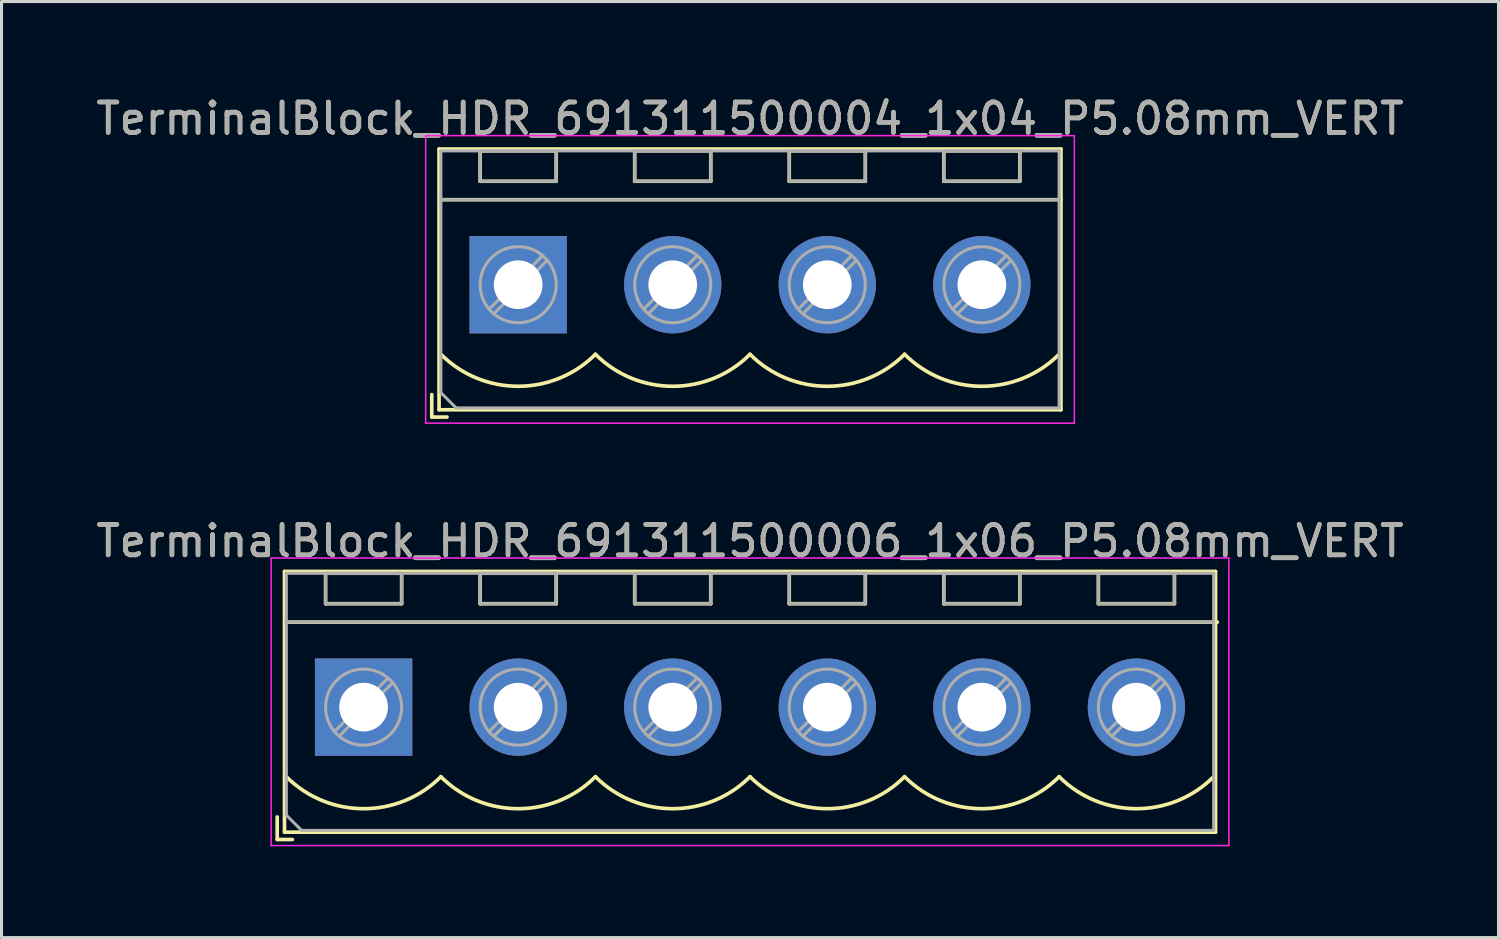
<source format=kicad_pcb>
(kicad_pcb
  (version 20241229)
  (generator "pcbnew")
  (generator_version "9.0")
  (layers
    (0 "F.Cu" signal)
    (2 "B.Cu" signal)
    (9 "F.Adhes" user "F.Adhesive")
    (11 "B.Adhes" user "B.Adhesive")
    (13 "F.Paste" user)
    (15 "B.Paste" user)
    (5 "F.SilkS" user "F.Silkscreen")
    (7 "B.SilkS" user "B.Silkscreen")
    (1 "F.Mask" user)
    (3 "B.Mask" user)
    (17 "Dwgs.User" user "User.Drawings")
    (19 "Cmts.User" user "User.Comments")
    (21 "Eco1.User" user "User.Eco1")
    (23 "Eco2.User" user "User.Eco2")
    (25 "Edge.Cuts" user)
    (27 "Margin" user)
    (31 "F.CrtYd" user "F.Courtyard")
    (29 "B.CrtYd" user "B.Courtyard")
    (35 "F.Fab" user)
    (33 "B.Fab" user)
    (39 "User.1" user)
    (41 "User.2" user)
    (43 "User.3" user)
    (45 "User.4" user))
  (footprint "TerminalBlock_HDR_691311500004_1x04_P5.08mm_VERT"
    (layer "F.Cu")
    (at 21.601 6.308)
    (property "Reference" "TerminalBlock_HDR_691311500004_1x04_P5.08mm_VERT" (at 0 -5.46 0) (layer "F.SilkS") (effects (font (size 1 1) (thickness 0.15))))
    (attr through_hole)
    (fp_line (start -10.46 3.61) (end -10.46 4.35) (stroke (width 0.12) (type solid)) (layer "F.SilkS"))
    (fp_line (start -10.46 4.35) (end -9.96 4.35) (stroke (width 0.12) (type solid)) (layer "F.SilkS"))
    (fp_line (start -10.22 -4.46) (end -10.22 4.11) (stroke (width 0.12) (type solid)) (layer "F.SilkS"))
    (fp_line (start -10.22 -4.46) (end 10.22 -4.46) (stroke (width 0.12) (type solid)) (layer "F.SilkS"))
    (fp_line (start -10.22 4.11) (end 10.22 4.11) (stroke (width 0.12) (type solid)) (layer "F.SilkS"))
    (fp_line (start -10.16 -2.794) (end 10.22 -2.794) (stroke (width 0.12) (type solid)) (layer "F.SilkS"))
    (fp_line (start -8.87 -4.4) (end -8.87 -3.4) (stroke (width 0.12) (type solid)) (layer "F.SilkS"))
    (fp_line (start -8.87 -4.4) (end -6.37 -4.4) (stroke (width 0.12) (type solid)) (layer "F.SilkS"))
    (fp_line (start -8.87 -3.4) (end -6.37 -3.4) (stroke (width 0.12) (type solid)) (layer "F.SilkS"))
    (fp_line (start -6.37 -4.4) (end -6.37 -3.4) (stroke (width 0.12) (type solid)) (layer "F.SilkS"))
    (fp_line (start -3.79 -4.4) (end -3.79 -3.4) (stroke (width 0.12) (type solid)) (layer "F.SilkS"))
    (fp_line (start -3.79 -4.4) (end -1.29 -4.4) (stroke (width 0.12) (type solid)) (layer "F.SilkS"))
    (fp_line (start -3.79 -3.4) (end -1.29 -3.4) (stroke (width 0.12) (type solid)) (layer "F.SilkS"))
    (fp_line (start -1.29 -4.4) (end -1.29 -3.4) (stroke (width 0.12) (type solid)) (layer "F.SilkS"))
    (fp_line (start 1.29 -4.4) (end 1.29 -3.4) (stroke (width 0.12) (type solid)) (layer "F.SilkS"))
    (fp_line (start 1.29 -4.4) (end 3.79 -4.4) (stroke (width 0.12) (type solid)) (layer "F.SilkS"))
    (fp_line (start 1.29 -3.4) (end 3.79 -3.4) (stroke (width 0.12) (type solid)) (layer "F.SilkS"))
    (fp_line (start 3.79 -4.4) (end 3.79 -3.4) (stroke (width 0.12) (type solid)) (layer "F.SilkS"))
    (fp_line (start 6.37 -4.4) (end 6.37 -3.4) (stroke (width 0.12) (type solid)) (layer "F.SilkS"))
    (fp_line (start 6.37 -4.4) (end 8.87 -4.4) (stroke (width 0.12) (type solid)) (layer "F.SilkS"))
    (fp_line (start 6.37 -3.4) (end 8.87 -3.4) (stroke (width 0.12) (type solid)) (layer "F.SilkS"))
    (fp_line (start 8.87 -4.4) (end 8.87 -3.4) (stroke (width 0.12) (type solid)) (layer "F.SilkS"))
    (fp_line (start 10.22 -4.46) (end 10.22 4.11) (stroke (width 0.12) (type solid)) (layer "F.SilkS"))
    (fp_arc (start -5.08 2.286) (mid -7.62 3.338102) (end -10.16 2.286) (stroke (width 0.12) (type solid)) (layer "F.SilkS"))
    (fp_arc (start 0 2.286) (mid -2.54 3.338102) (end -5.08 2.286) (stroke (width 0.12) (type solid)) (layer "F.SilkS"))
    (fp_arc (start 5.08 2.286) (mid 2.54 3.338102) (end 0 2.286) (stroke (width 0.12) (type solid)) (layer "F.SilkS"))
    (fp_arc (start 10.16 2.286) (mid 7.62 3.338102) (end 5.08 2.286) (stroke (width 0.12) (type solid)) (layer "F.SilkS"))
    (fp_line (start -10.66 -4.9) (end -10.66 4.55) (stroke (width 0.05) (type solid)) (layer "F.CrtYd"))
    (fp_line (start -10.66 4.55) (end 10.66 4.55) (stroke (width 0.05) (type solid)) (layer "F.CrtYd"))
    (fp_line (start 10.66 -4.9) (end -10.66 -4.9) (stroke (width 0.05) (type solid)) (layer "F.CrtYd"))
    (fp_line (start 10.66 4.55) (end 10.66 -4.9) (stroke (width 0.05) (type solid)) (layer "F.CrtYd"))
    (fp_line (start -10.16 -4.4) (end 10.16 -4.4) (stroke (width 0.1) (type solid)) (layer "F.Fab"))
    (fp_line (start -10.16 -2.794) (end 10.16 -2.794) (stroke (width 0.1) (type solid)) (layer "F.Fab"))
    (fp_line (start -10.16 3.55) (end -10.16 -4.4) (stroke (width 0.1) (type solid)) (layer "F.Fab"))
    (fp_line (start -9.66 4.05) (end -10.16 3.55) (stroke (width 0.1) (type solid)) (layer "F.Fab"))
    (fp_line (start -8.87 -4.4) (end -8.87 -3.4) (stroke (width 0.1) (type solid)) (layer "F.Fab"))
    (fp_line (start -8.87 -3.4) (end -6.37 -3.4) (stroke (width 0.1) (type solid)) (layer "F.Fab"))
    (fp_line (start -6.824 -0.948) (end -8.569 0.796) (stroke (width 0.1) (type solid)) (layer "F.Fab"))
    (fp_line (start -6.671 -0.796) (end -8.416 0.948) (stroke (width 0.1) (type solid)) (layer "F.Fab"))
    (fp_line (start -6.37 -4.4) (end -8.87 -4.4) (stroke (width 0.1) (type solid)) (layer "F.Fab"))
    (fp_line (start -6.37 -3.4) (end -6.37 -4.4) (stroke (width 0.1) (type solid)) (layer "F.Fab"))
    (fp_line (start -3.79 -4.4) (end -3.79 -3.4) (stroke (width 0.1) (type solid)) (layer "F.Fab"))
    (fp_line (start -3.79 -3.4) (end -1.29 -3.4) (stroke (width 0.1) (type solid)) (layer "F.Fab"))
    (fp_line (start -1.744 -0.948) (end -3.488 0.796) (stroke (width 0.1) (type solid)) (layer "F.Fab"))
    (fp_line (start -1.591 -0.796) (end -3.335 0.948) (stroke (width 0.1) (type solid)) (layer "F.Fab"))
    (fp_line (start -1.29 -4.4) (end -3.79 -4.4) (stroke (width 0.1) (type solid)) (layer "F.Fab"))
    (fp_line (start -1.29 -3.4) (end -1.29 -4.4) (stroke (width 0.1) (type solid)) (layer "F.Fab"))
    (fp_line (start 1.29 -4.4) (end 1.29 -3.4) (stroke (width 0.1) (type solid)) (layer "F.Fab"))
    (fp_line (start 1.29 -3.4) (end 3.79 -3.4) (stroke (width 0.1) (type solid)) (layer "F.Fab"))
    (fp_line (start 3.336 -0.948) (end 1.592 0.796) (stroke (width 0.1) (type solid)) (layer "F.Fab"))
    (fp_line (start 3.489 -0.796) (end 1.745 0.948) (stroke (width 0.1) (type solid)) (layer "F.Fab"))
    (fp_line (start 3.79 -4.4) (end 1.29 -4.4) (stroke (width 0.1) (type solid)) (layer "F.Fab"))
    (fp_line (start 3.79 -3.4) (end 3.79 -4.4) (stroke (width 0.1) (type solid)) (layer "F.Fab"))
    (fp_line (start 6.37 -4.4) (end 6.37 -3.4) (stroke (width 0.1) (type solid)) (layer "F.Fab"))
    (fp_line (start 6.37 -3.4) (end 8.87 -3.4) (stroke (width 0.1) (type solid)) (layer "F.Fab"))
    (fp_line (start 8.416 -0.948) (end 6.672 0.796) (stroke (width 0.1) (type solid)) (layer "F.Fab"))
    (fp_line (start 8.569 -0.796) (end 6.825 0.948) (stroke (width 0.1) (type solid)) (layer "F.Fab"))
    (fp_line (start 8.87 -4.4) (end 6.37 -4.4) (stroke (width 0.1) (type solid)) (layer "F.Fab"))
    (fp_line (start 8.87 -3.4) (end 8.87 -4.4) (stroke (width 0.1) (type solid)) (layer "F.Fab"))
    (fp_line (start 10.16 -4.4) (end 10.16 4.05) (stroke (width 0.1) (type solid)) (layer "F.Fab"))
    (fp_line (start 10.16 4.05) (end -9.66 4.05) (stroke (width 0.1) (type solid)) (layer "F.Fab"))
    (fp_circle (center -7.62 0) (end -6.37 0) (stroke (width 0.1) (type solid)) (fill no) (layer "F.Fab"))
    (fp_circle (center -2.54 0) (end -1.29 0) (stroke (width 0.1) (type solid)) (fill no) (layer "F.Fab"))
    (fp_circle (center 2.54 0) (end 3.79 0) (stroke (width 0.1) (type solid)) (fill no) (layer "F.Fab"))
    (fp_circle (center 7.62 0) (end 8.87 0) (stroke (width 0.1) (type solid)) (fill no) (layer "F.Fab"))
    (fp_text user "${REFERENCE}" (at 0 -5.46 0) (layer "F.Fab") (effects (font (size 1 1) (thickness 0.15))))
    (pad "1" thru_hole rect (at -7.62 0) (size 3.2 3.2) (drill 1.6) (layers "*.Cu" "*.Mask"))
    (pad "2" thru_hole circle (at -2.54 0) (size 3.2 3.2) (drill 1.6) (layers "*.Cu" "*.Mask"))
    (pad "3" thru_hole circle (at 2.54 0) (size 3.2 3.2) (drill 1.6) (layers "*.Cu" "*.Mask"))
    (pad "4" thru_hole circle (at 7.62 0) (size 3.2 3.2) (drill 1.6) (layers "*.Cu" "*.Mask")))
  (footprint "TerminalBlock_HDR_691311500006_1x06_P5.08mm_VERT"
    (layer "F.Cu")
    (at 8.901 20.192)
    (property "Reference" "TerminalBlock_HDR_691311500006_1x06_P5.08mm_VERT" (at 12.7 -5.46 0) (layer "F.SilkS") (effects (font (size 1 1) (thickness 0.15))))
    (attr through_hole)
    (fp_line (start -2.84 3.61) (end -2.84 4.35) (stroke (width 0.12) (type solid)) (layer "F.SilkS"))
    (fp_line (start -2.84 4.35) (end -2.34 4.35) (stroke (width 0.12) (type solid)) (layer "F.SilkS"))
    (fp_line (start -2.6 -4.46) (end -2.6 4.11) (stroke (width 0.12) (type solid)) (layer "F.SilkS"))
    (fp_line (start -2.6 -4.46) (end 28 -4.46) (stroke (width 0.12) (type solid)) (layer "F.SilkS"))
    (fp_line (start -2.6 4.11) (end 28 4.11) (stroke (width 0.12) (type solid)) (layer "F.SilkS"))
    (fp_line (start -2.54 -2.794) (end 28.06 -2.794) (stroke (width 0.12) (type solid)) (layer "F.SilkS"))
    (fp_line (start -1.25 -4.4) (end -1.25 -3.4) (stroke (width 0.12) (type solid)) (layer "F.SilkS"))
    (fp_line (start -1.25 -4.4) (end 1.25 -4.4) (stroke (width 0.12) (type solid)) (layer "F.SilkS"))
    (fp_line (start -1.25 -3.4) (end 1.25 -3.4) (stroke (width 0.12) (type solid)) (layer "F.SilkS"))
    (fp_line (start 1.25 -4.4) (end 1.25 -3.4) (stroke (width 0.12) (type solid)) (layer "F.SilkS"))
    (fp_line (start 3.83 -4.4) (end 3.83 -3.4) (stroke (width 0.12) (type solid)) (layer "F.SilkS"))
    (fp_line (start 3.83 -4.4) (end 6.33 -4.4) (stroke (width 0.12) (type solid)) (layer "F.SilkS"))
    (fp_line (start 3.83 -3.4) (end 6.33 -3.4) (stroke (width 0.12) (type solid)) (layer "F.SilkS"))
    (fp_line (start 6.33 -4.4) (end 6.33 -3.4) (stroke (width 0.12) (type solid)) (layer "F.SilkS"))
    (fp_line (start 8.91 -4.4) (end 8.91 -3.4) (stroke (width 0.12) (type solid)) (layer "F.SilkS"))
    (fp_line (start 8.91 -4.4) (end 11.41 -4.4) (stroke (width 0.12) (type solid)) (layer "F.SilkS"))
    (fp_line (start 8.91 -3.4) (end 11.41 -3.4) (stroke (width 0.12) (type solid)) (layer "F.SilkS"))
    (fp_line (start 11.41 -4.4) (end 11.41 -3.4) (stroke (width 0.12) (type solid)) (layer "F.SilkS"))
    (fp_line (start 13.99 -4.4) (end 13.99 -3.4) (stroke (width 0.12) (type solid)) (layer "F.SilkS"))
    (fp_line (start 13.99 -4.4) (end 16.49 -4.4) (stroke (width 0.12) (type solid)) (layer "F.SilkS"))
    (fp_line (start 13.99 -3.4) (end 16.49 -3.4) (stroke (width 0.12) (type solid)) (layer "F.SilkS"))
    (fp_line (start 16.49 -4.4) (end 16.49 -3.4) (stroke (width 0.12) (type solid)) (layer "F.SilkS"))
    (fp_line (start 19.07 -4.4) (end 19.07 -3.4) (stroke (width 0.12) (type solid)) (layer "F.SilkS"))
    (fp_line (start 19.07 -4.4) (end 21.57 -4.4) (stroke (width 0.12) (type solid)) (layer "F.SilkS"))
    (fp_line (start 19.07 -3.4) (end 21.57 -3.4) (stroke (width 0.12) (type solid)) (layer "F.SilkS"))
    (fp_line (start 21.57 -4.4) (end 21.57 -3.4) (stroke (width 0.12) (type solid)) (layer "F.SilkS"))
    (fp_line (start 24.15 -4.4) (end 24.15 -3.4) (stroke (width 0.12) (type solid)) (layer "F.SilkS"))
    (fp_line (start 24.15 -4.4) (end 26.65 -4.4) (stroke (width 0.12) (type solid)) (layer "F.SilkS"))
    (fp_line (start 24.15 -3.4) (end 26.65 -3.4) (stroke (width 0.12) (type solid)) (layer "F.SilkS"))
    (fp_line (start 26.65 -4.4) (end 26.65 -3.4) (stroke (width 0.12) (type solid)) (layer "F.SilkS"))
    (fp_line (start 28 -4.46) (end 28 4.11) (stroke (width 0.12) (type solid)) (layer "F.SilkS"))
    (fp_arc (start 2.54 2.286) (mid 0 3.338102) (end -2.54 2.286) (stroke (width 0.12) (type solid)) (layer "F.SilkS"))
    (fp_arc (start 7.62 2.286) (mid 5.08 3.338102) (end 2.54 2.286) (stroke (width 0.12) (type solid)) (layer "F.SilkS"))
    (fp_arc (start 12.7 2.286) (mid 10.16 3.338102) (end 7.62 2.286) (stroke (width 0.12) (type solid)) (layer "F.SilkS"))
    (fp_arc (start 17.78 2.286) (mid 15.24 3.338102) (end 12.7 2.286) (stroke (width 0.12) (type solid)) (layer "F.SilkS"))
    (fp_arc (start 22.86 2.286) (mid 20.32 3.338102) (end 17.78 2.286) (stroke (width 0.12) (type solid)) (layer "F.SilkS"))
    (fp_arc (start 27.94 2.286) (mid 25.4 3.338102) (end 22.86 2.286) (stroke (width 0.12) (type solid)) (layer "F.SilkS"))
    (fp_line (start -3.04 -4.9) (end -3.04 4.55) (stroke (width 0.05) (type solid)) (layer "F.CrtYd"))
    (fp_line (start -3.04 4.55) (end 28.44 4.55) (stroke (width 0.05) (type solid)) (layer "F.CrtYd"))
    (fp_line (start 28.44 -4.9) (end -3.04 -4.9) (stroke (width 0.05) (type solid)) (layer "F.CrtYd"))
    (fp_line (start 28.44 4.55) (end 28.44 -4.9) (stroke (width 0.05) (type solid)) (layer "F.CrtYd"))
    (fp_line (start -2.54 -4.4) (end 27.94 -4.4) (stroke (width 0.1) (type solid)) (layer "F.Fab"))
    (fp_line (start -2.54 -2.794) (end 27.94 -2.794) (stroke (width 0.1) (type solid)) (layer "F.Fab"))
    (fp_line (start -2.54 3.55) (end -2.54 -4.4) (stroke (width 0.1) (type solid)) (layer "F.Fab"))
    (fp_line (start -2.04 4.05) (end -2.54 3.55) (stroke (width 0.1) (type solid)) (layer "F.Fab"))
    (fp_line (start -1.25 -4.4) (end -1.25 -3.4) (stroke (width 0.1) (type solid)) (layer "F.Fab"))
    (fp_line (start -1.25 -3.4) (end 1.25 -3.4) (stroke (width 0.1) (type solid)) (layer "F.Fab"))
    (fp_line (start 0.796 -0.948) (end -0.949 0.796) (stroke (width 0.1) (type solid)) (layer "F.Fab"))
    (fp_line (start 0.949 -0.796) (end -0.796 0.948) (stroke (width 0.1) (type solid)) (layer "F.Fab"))
    (fp_line (start 1.25 -4.4) (end -1.25 -4.4) (stroke (width 0.1) (type solid)) (layer "F.Fab"))
    (fp_line (start 1.25 -3.4) (end 1.25 -4.4) (stroke (width 0.1) (type solid)) (layer "F.Fab"))
    (fp_line (start 3.83 -4.4) (end 3.83 -3.4) (stroke (width 0.1) (type solid)) (layer "F.Fab"))
    (fp_line (start 3.83 -3.4) (end 6.33 -3.4) (stroke (width 0.1) (type solid)) (layer "F.Fab"))
    (fp_line (start 5.876 -0.948) (end 4.132 0.796) (stroke (width 0.1) (type solid)) (layer "F.Fab"))
    (fp_line (start 6.029 -0.796) (end 4.285 0.948) (stroke (width 0.1) (type solid)) (layer "F.Fab"))
    (fp_line (start 6.33 -4.4) (end 3.83 -4.4) (stroke (width 0.1) (type solid)) (layer "F.Fab"))
    (fp_line (start 6.33 -3.4) (end 6.33 -4.4) (stroke (width 0.1) (type solid)) (layer "F.Fab"))
    (fp_line (start 8.91 -4.4) (end 8.91 -3.4) (stroke (width 0.1) (type solid)) (layer "F.Fab"))
    (fp_line (start 8.91 -3.4) (end 11.41 -3.4) (stroke (width 0.1) (type solid)) (layer "F.Fab"))
    (fp_line (start 10.956 -0.948) (end 9.212 0.796) (stroke (width 0.1) (type solid)) (layer "F.Fab"))
    (fp_line (start 11.109 -0.796) (end 9.365 0.948) (stroke (width 0.1) (type solid)) (layer "F.Fab"))
    (fp_line (start 11.41 -4.4) (end 8.91 -4.4) (stroke (width 0.1) (type solid)) (layer "F.Fab"))
    (fp_line (start 11.41 -3.4) (end 11.41 -4.4) (stroke (width 0.1) (type solid)) (layer "F.Fab"))
    (fp_line (start 13.99 -4.4) (end 13.99 -3.4) (stroke (width 0.1) (type solid)) (layer "F.Fab"))
    (fp_line (start 13.99 -3.4) (end 16.49 -3.4) (stroke (width 0.1) (type solid)) (layer "F.Fab"))
    (fp_line (start 16.036 -0.948) (end 14.292 0.796) (stroke (width 0.1) (type solid)) (layer "F.Fab"))
    (fp_line (start 16.189 -0.796) (end 14.445 0.948) (stroke (width 0.1) (type solid)) (layer "F.Fab"))
    (fp_line (start 16.49 -4.4) (end 13.99 -4.4) (stroke (width 0.1) (type solid)) (layer "F.Fab"))
    (fp_line (start 16.49 -3.4) (end 16.49 -4.4) (stroke (width 0.1) (type solid)) (layer "F.Fab"))
    (fp_line (start 19.07 -4.4) (end 19.07 -3.4) (stroke (width 0.1) (type solid)) (layer "F.Fab"))
    (fp_line (start 19.07 -3.4) (end 21.57 -3.4) (stroke (width 0.1) (type solid)) (layer "F.Fab"))
    (fp_line (start 21.116 -0.948) (end 19.372 0.796) (stroke (width 0.1) (type solid)) (layer "F.Fab"))
    (fp_line (start 21.269 -0.796) (end 19.525 0.948) (stroke (width 0.1) (type solid)) (layer "F.Fab"))
    (fp_line (start 21.57 -4.4) (end 19.07 -4.4) (stroke (width 0.1) (type solid)) (layer "F.Fab"))
    (fp_line (start 21.57 -3.4) (end 21.57 -4.4) (stroke (width 0.1) (type solid)) (layer "F.Fab"))
    (fp_line (start 24.15 -4.4) (end 24.15 -3.4) (stroke (width 0.1) (type solid)) (layer "F.Fab"))
    (fp_line (start 24.15 -3.4) (end 26.65 -3.4) (stroke (width 0.1) (type solid)) (layer "F.Fab"))
    (fp_line (start 26.196 -0.948) (end 24.452 0.796) (stroke (width 0.1) (type solid)) (layer "F.Fab"))
    (fp_line (start 26.349 -0.796) (end 24.605 0.948) (stroke (width 0.1) (type solid)) (layer "F.Fab"))
    (fp_line (start 26.65 -4.4) (end 24.15 -4.4) (stroke (width 0.1) (type solid)) (layer "F.Fab"))
    (fp_line (start 26.65 -3.4) (end 26.65 -4.4) (stroke (width 0.1) (type solid)) (layer "F.Fab"))
    (fp_line (start 27.94 -4.4) (end 27.94 4.05) (stroke (width 0.1) (type solid)) (layer "F.Fab"))
    (fp_line (start 27.94 4.05) (end -2.04 4.05) (stroke (width 0.1) (type solid)) (layer "F.Fab"))
    (fp_circle (center 0 0) (end 1.25 0) (stroke (width 0.1) (type solid)) (fill no) (layer "F.Fab"))
    (fp_circle (center 5.08 0) (end 6.33 0) (stroke (width 0.1) (type solid)) (fill no) (layer "F.Fab"))
    (fp_circle (center 10.16 0) (end 11.41 0) (stroke (width 0.1) (type solid)) (fill no) (layer "F.Fab"))
    (fp_circle (center 15.24 0) (end 16.49 0) (stroke (width 0.1) (type solid)) (fill no) (layer "F.Fab"))
    (fp_circle (center 20.32 0) (end 21.57 0) (stroke (width 0.1) (type solid)) (fill no) (layer "F.Fab"))
    (fp_circle (center 25.4 0) (end 26.65 0) (stroke (width 0.1) (type solid)) (fill no) (layer "F.Fab"))
    (fp_text user "${REFERENCE}" (at 12.7 -5.46 0) (layer "F.Fab") (effects (font (size 1 1) (thickness 0.15))))
    (pad "1" thru_hole rect (at 0 0) (size 3.2 3.2) (drill 1.6) (layers "*.Cu" "*.Mask"))
    (pad "2" thru_hole circle (at 5.08 0) (size 3.2 3.2) (drill 1.6) (layers "*.Cu" "*.Mask"))
    (pad "3" thru_hole circle (at 10.16 0) (size 3.2 3.2) (drill 1.6) (layers "*.Cu" "*.Mask"))
    (pad "4" thru_hole circle (at 15.24 0) (size 3.2 3.2) (drill 1.6) (layers "*.Cu" "*.Mask"))
    (pad "5" thru_hole circle (at 20.32 0) (size 3.2 3.2) (drill 1.6) (layers "*.Cu" "*.Mask"))
    (pad "6" thru_hole circle (at 25.4 0) (size 3.2 3.2) (drill 1.6) (layers "*.Cu" "*.Mask")))
  (gr_rect
    (start -3 -3)
    (end 46.202 27.767)
    (stroke (width 0.1) (type default))
    (fill no)
    (layer "Edge.Cuts")))
</source>
